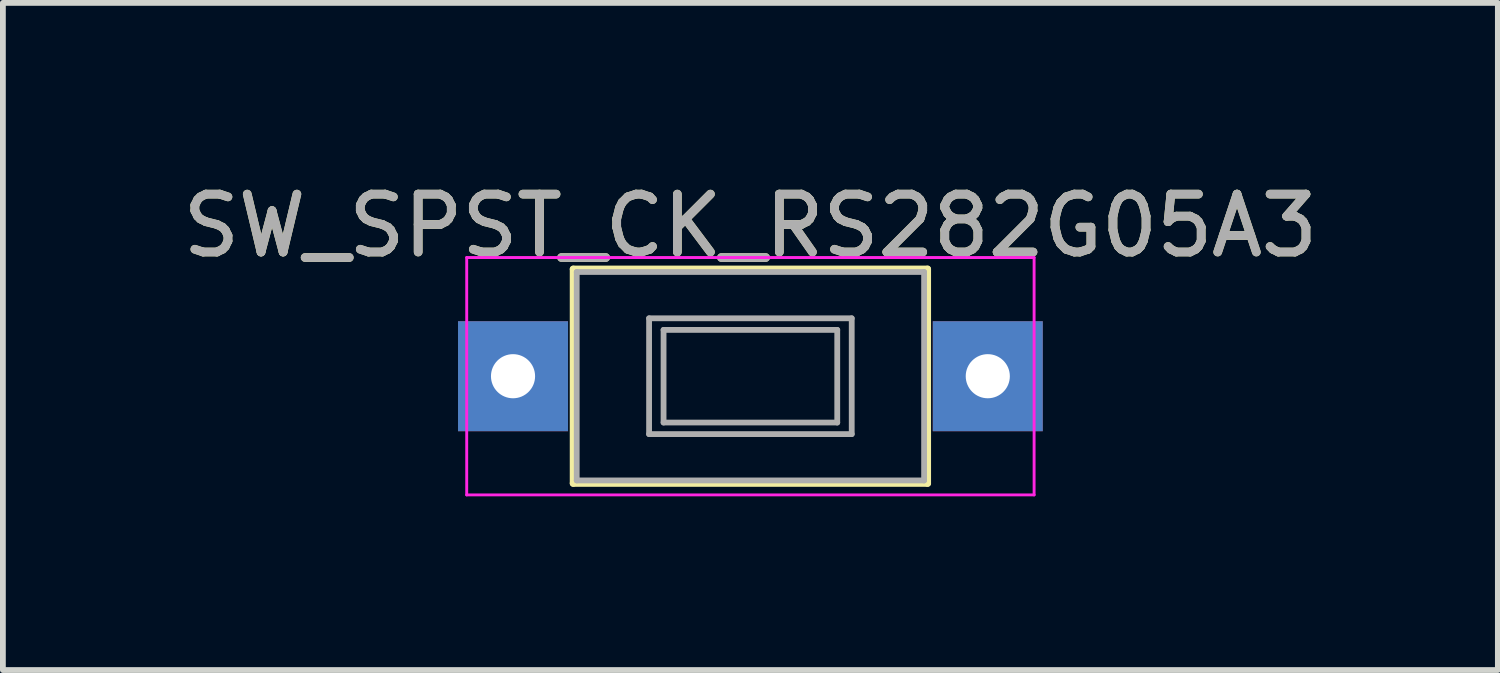
<source format=kicad_pcb>
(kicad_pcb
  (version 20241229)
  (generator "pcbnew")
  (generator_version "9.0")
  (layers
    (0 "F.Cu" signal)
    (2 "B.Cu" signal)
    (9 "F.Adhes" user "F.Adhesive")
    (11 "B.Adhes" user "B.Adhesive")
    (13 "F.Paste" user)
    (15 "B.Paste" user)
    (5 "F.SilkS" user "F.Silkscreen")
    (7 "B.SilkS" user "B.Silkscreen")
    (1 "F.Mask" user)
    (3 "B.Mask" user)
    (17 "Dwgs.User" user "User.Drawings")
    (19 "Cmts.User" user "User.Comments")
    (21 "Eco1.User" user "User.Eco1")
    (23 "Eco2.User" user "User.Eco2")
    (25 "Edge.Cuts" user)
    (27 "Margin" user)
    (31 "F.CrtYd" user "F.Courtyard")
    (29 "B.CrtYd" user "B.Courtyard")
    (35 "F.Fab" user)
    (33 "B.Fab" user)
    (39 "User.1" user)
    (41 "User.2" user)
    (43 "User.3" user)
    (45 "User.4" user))
  (footprint "SW_SPST_CK_RS282G05A3"
    (layer "F.Cu")
    (at 9.911 3.448)
    (property "Reference" "SW_SPST_CK_RS282G05A3" (at 0 -2.6 0) (layer "F.SilkS") (effects (font (size 1 1) (thickness 0.15))))
    (attr smd)
    (fp_line (start -3.06 -1.85) (end 3.06 -1.85) (stroke (width 0.12) (type solid)) (layer "F.SilkS"))
    (fp_line (start -3.06 1.85) (end -3.06 -1.85) (stroke (width 0.12) (type solid)) (layer "F.SilkS"))
    (fp_line (start 3.06 -1.85) (end 3.06 1.85) (stroke (width 0.12) (type solid)) (layer "F.SilkS"))
    (fp_line (start 3.06 1.85) (end -3.06 1.85) (stroke (width 0.12) (type solid)) (layer "F.SilkS"))
    (fp_line (start -4.9 -2.05) (end 4.9 -2.05) (stroke (width 0.05) (type solid)) (layer "F.CrtYd"))
    (fp_line (start -4.9 2.05) (end -4.9 -2.05) (stroke (width 0.05) (type solid)) (layer "F.CrtYd"))
    (fp_line (start 4.9 -2.05) (end 4.9 2.05) (stroke (width 0.05) (type solid)) (layer "F.CrtYd"))
    (fp_line (start 4.9 2.05) (end -4.9 2.05) (stroke (width 0.05) (type solid)) (layer "F.CrtYd"))
    (fp_line (start -3 -1.8) (end -3 1.8) (stroke (width 0.1) (type solid)) (layer "F.Fab"))
    (fp_line (start -3 -1.8) (end 3 -1.8) (stroke (width 0.1) (type solid)) (layer "F.Fab"))
    (fp_line (start -3 1.8) (end 3 1.8) (stroke (width 0.1) (type solid)) (layer "F.Fab"))
    (fp_line (start -1.75 -1) (end 1.75 -1) (stroke (width 0.1) (type solid)) (layer "F.Fab"))
    (fp_line (start -1.75 1) (end -1.75 -1) (stroke (width 0.1) (type solid)) (layer "F.Fab"))
    (fp_line (start -1.5 -0.8) (end -1.5 0.8) (stroke (width 0.1) (type solid)) (layer "F.Fab"))
    (fp_line (start -1.5 -0.8) (end 1.5 -0.8) (stroke (width 0.1) (type solid)) (layer "F.Fab"))
    (fp_line (start -1.5 0.8) (end 1.5 0.8) (stroke (width 0.1) (type solid)) (layer "F.Fab"))
    (fp_line (start 1.5 -0.8) (end 1.5 0.8) (stroke (width 0.1) (type solid)) (layer "F.Fab"))
    (fp_line (start 1.75 -1) (end 1.75 1) (stroke (width 0.1) (type solid)) (layer "F.Fab"))
    (fp_line (start 1.75 1) (end -1.75 1) (stroke (width 0.1) (type solid)) (layer "F.Fab"))
    (fp_line (start 3 -1.8) (end 3 1.8) (stroke (width 0.1) (type solid)) (layer "F.Fab"))
    (fp_text user "${REFERENCE}" (at 0 -2.6 0) (layer "F.Fab") (effects (font (size 1 1) (thickness 0.15))))
    (pad "1" thru_hole rect (at -4.1 0) (size 1.9 1.9) (drill 0.762) (layers "*.Cu" "*.Mask" "F.Paste"))
    (pad "2" thru_hole rect (at 4.1 0) (size 1.9 1.9) (drill 0.762) (layers "*.Cu" "*.Mask" "F.Paste")))
  (gr_rect
    (start -3 -3)
    (end 22.821 8.523)
    (stroke (width 0.1) (type default))
    (fill no)
    (layer "Edge.Cuts")))
</source>
